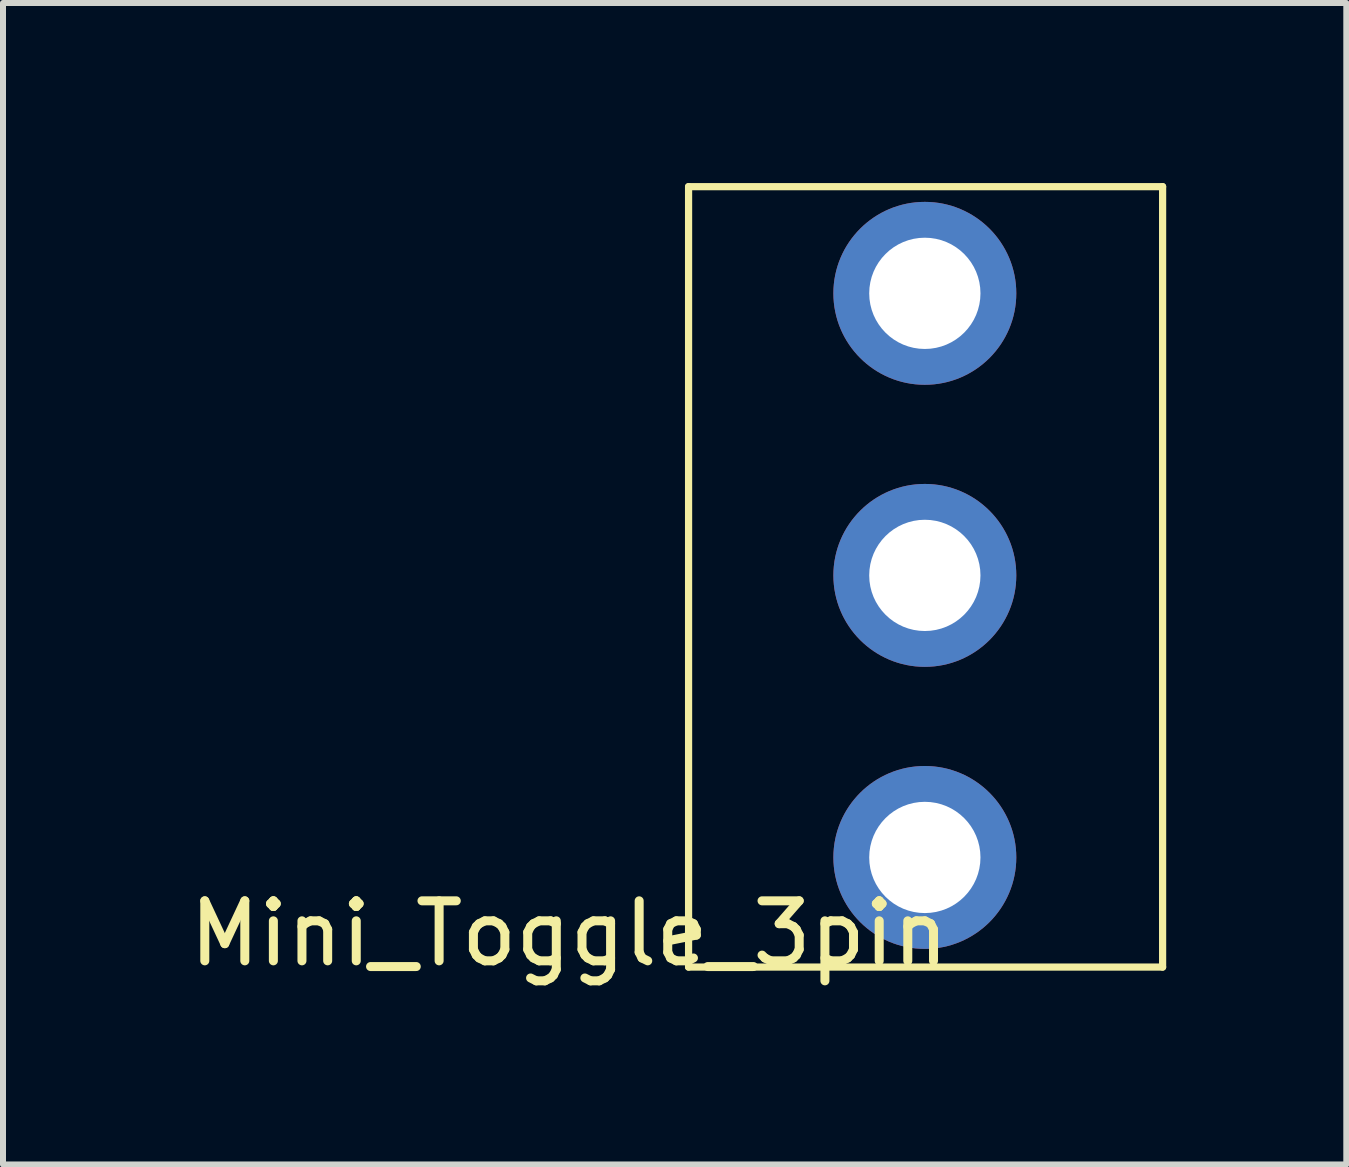
<source format=kicad_pcb>
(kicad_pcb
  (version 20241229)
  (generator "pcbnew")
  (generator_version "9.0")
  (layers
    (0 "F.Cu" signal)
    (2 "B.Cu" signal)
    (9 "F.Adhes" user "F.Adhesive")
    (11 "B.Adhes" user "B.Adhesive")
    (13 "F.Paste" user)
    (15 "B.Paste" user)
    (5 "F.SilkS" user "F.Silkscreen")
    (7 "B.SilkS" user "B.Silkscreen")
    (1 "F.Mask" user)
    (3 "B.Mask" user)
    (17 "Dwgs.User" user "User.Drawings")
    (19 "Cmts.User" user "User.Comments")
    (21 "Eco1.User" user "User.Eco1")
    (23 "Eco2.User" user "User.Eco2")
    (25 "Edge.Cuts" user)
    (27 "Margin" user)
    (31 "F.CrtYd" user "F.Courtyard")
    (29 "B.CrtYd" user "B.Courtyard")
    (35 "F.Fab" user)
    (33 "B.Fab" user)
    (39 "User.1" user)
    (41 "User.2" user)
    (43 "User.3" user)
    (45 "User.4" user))
  (footprint "Mini_Toggle_3pin"
    (layer "F.Cu")
    (at 12.361 1.838)
    (property "Reference" "Mini_Toggle_3pin" (at -5.927 10.668 0) (layer "F.SilkS") (effects (font (size 1 1) (thickness 0.15))))
    (attr through_hole)
    (fp_line (start -3.937 -1.778) (end -3.937 11.227) (stroke (width 0.12) (type solid)) (layer "F.SilkS"))
    (fp_line (start -3.937 -1.778) (end 3.962 -1.778) (stroke (width 0.12) (type solid)) (layer "F.SilkS"))
    (fp_line (start -3.937 11.227) (end 3.962 11.227) (stroke (width 0.12) (type solid)) (layer "F.SilkS"))
    (fp_line (start 3.962 -1.778) (end 3.962 11.227) (stroke (width 0.12) (type solid)) (layer "F.SilkS"))
    (pad "1" thru_hole circle (at 0 0) (size 3.048 3.048) (drill 1.854) (layers "*.Cu" "*.Mask"))
    (pad "2" thru_hole circle (at 0 4.7) (size 3.048 3.048) (drill 1.854) (layers "*.Cu" "*.Mask"))
    (pad "3" thru_hole circle (at 0 9.4) (size 3.048 3.048) (drill 1.854) (layers "*.Cu" "*.Mask")))
  (gr_rect
    (start -3 -3)
    (end 19.384 16.354)
    (stroke (width 0.1) (type default))
    (fill no)
    (layer "Edge.Cuts")))
</source>
